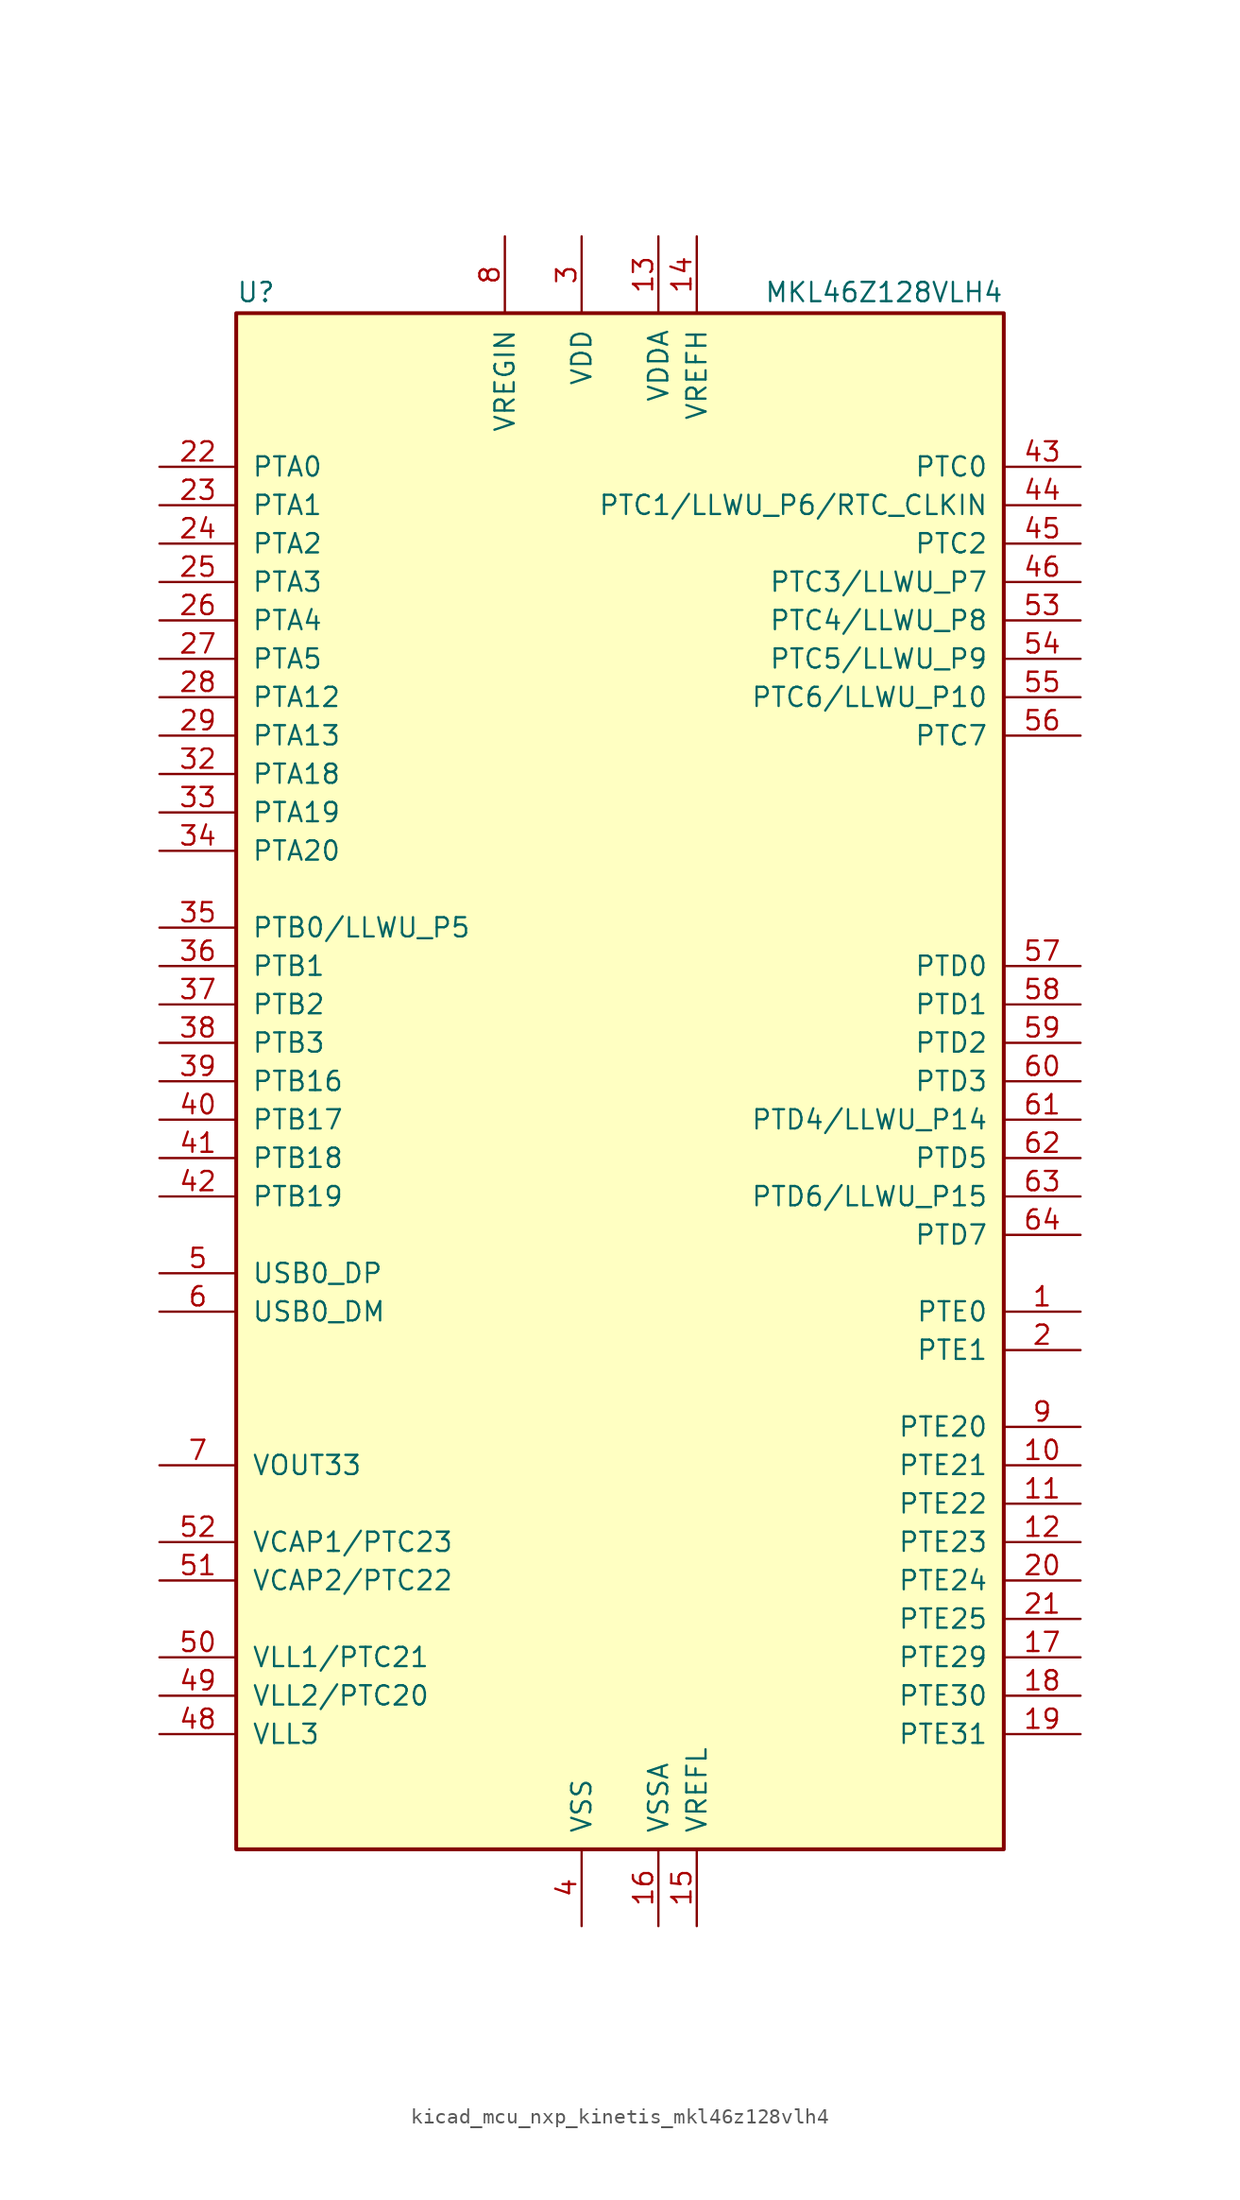
<source format=kicad_sym>
(kicad_symbol_lib
  (version 20220914)
  (generator kicad_symbol_editor)
  (symbol "kicad_mcu_nxp_kinetis_mkl46z128vlh4"
    (pin_names
      (offset 1.016))
    (property "Reference" "U"
      (at -25.4 51.435 0)
      (effects (font (size 1.27 1.27)) (justify left bottom)))
    (property "Value" "MKL46Z128VLH4"
      (at 25.4 51.435 0)
      (effects (font (size 1.27 1.27)) (justify right bottom)))
    (symbol "kicad_mcu_nxp_kinetis_mkl46z128vlh4_0_1"
      (rectangle (start -25.4 50.8) (end 25.4 -50.8) (stroke (width 0.254) (type default)) (fill (type background))))
    (symbol "kicad_mcu_nxp_kinetis_mkl46z128vlh4_1_1"
      (pin bidirectional line (at 30.48 -15.24 180) (length 5.08) (name "PTE0" (effects (font (size 1.27 1.27)))) (number "1" (effects (font (size 1.27 1.27)))))
      (pin bidirectional line (at 30.48 -25.4 180) (length 5.08) (name "PTE21" (effects (font (size 1.27 1.27)))) (number "10" (effects (font (size 1.27 1.27)))))
      (pin bidirectional line (at 30.48 -27.94 180) (length 5.08) (name "PTE22" (effects (font (size 1.27 1.27)))) (number "11" (effects (font (size 1.27 1.27)))))
      (pin bidirectional line (at 30.48 -30.48 180) (length 5.08) (name "PTE23" (effects (font (size 1.27 1.27)))) (number "12" (effects (font (size 1.27 1.27)))))
      (pin power_in line (at 2.54 55.88 270) (length 5.08) (name "VDDA" (effects (font (size 1.27 1.27)))) (number "13" (effects (font (size 1.27 1.27)))))
      (pin power_in line (at 5.08 55.88 270) (length 5.08) (name "VREFH" (effects (font (size 1.27 1.27)))) (number "14" (effects (font (size 1.27 1.27)))))
      (pin power_in line (at 5.08 -55.88 90) (length 5.08) (name "VREFL" (effects (font (size 1.27 1.27)))) (number "15" (effects (font (size 1.27 1.27)))))
      (pin power_in line (at 2.54 -55.88 90) (length 5.08) (name "VSSA" (effects (font (size 1.27 1.27)))) (number "16" (effects (font (size 1.27 1.27)))))
      (pin bidirectional line (at 30.48 -38.1 180) (length 5.08) (name "PTE29" (effects (font (size 1.27 1.27)))) (number "17" (effects (font (size 1.27 1.27)))))
      (pin bidirectional line (at 30.48 -40.64 180) (length 5.08) (name "PTE30" (effects (font (size 1.27 1.27)))) (number "18" (effects (font (size 1.27 1.27)))))
      (pin bidirectional line (at 30.48 -43.18 180) (length 5.08) (name "PTE31" (effects (font (size 1.27 1.27)))) (number "19" (effects (font (size 1.27 1.27)))))
      (pin bidirectional line (at 30.48 -17.78 180) (length 5.08) (name "PTE1" (effects (font (size 1.27 1.27)))) (number "2" (effects (font (size 1.27 1.27)))))
      (pin bidirectional line (at 30.48 -33.02 180) (length 5.08) (name "PTE24" (effects (font (size 1.27 1.27)))) (number "20" (effects (font (size 1.27 1.27)))))
      (pin bidirectional line (at 30.48 -35.56 180) (length 5.08) (name "PTE25" (effects (font (size 1.27 1.27)))) (number "21" (effects (font (size 1.27 1.27)))))
      (pin bidirectional line (at -30.48 40.64 0) (length 5.08) (name "PTA0" (effects (font (size 1.27 1.27)))) (number "22" (effects (font (size 1.27 1.27)))))
      (pin bidirectional line (at -30.48 38.1 0) (length 5.08) (name "PTA1" (effects (font (size 1.27 1.27)))) (number "23" (effects (font (size 1.27 1.27)))))
      (pin bidirectional line (at -30.48 35.56 0) (length 5.08) (name "PTA2" (effects (font (size 1.27 1.27)))) (number "24" (effects (font (size 1.27 1.27)))))
      (pin bidirectional line (at -30.48 33.02 0) (length 5.08) (name "PTA3" (effects (font (size 1.27 1.27)))) (number "25" (effects (font (size 1.27 1.27)))))
      (pin bidirectional line (at -30.48 30.48 0) (length 5.08) (name "PTA4" (effects (font (size 1.27 1.27)))) (number "26" (effects (font (size 1.27 1.27)))))
      (pin bidirectional line (at -30.48 27.94 0) (length 5.08) (name "PTA5" (effects (font (size 1.27 1.27)))) (number "27" (effects (font (size 1.27 1.27)))))
      (pin bidirectional line (at -30.48 25.4 0) (length 5.08) (name "PTA12" (effects (font (size 1.27 1.27)))) (number "28" (effects (font (size 1.27 1.27)))))
      (pin bidirectional line (at -30.48 22.86 0) (length 5.08) (name "PTA13" (effects (font (size 1.27 1.27)))) (number "29" (effects (font (size 1.27 1.27)))))
      (pin power_in line (at -2.54 55.88 270) (length 5.08) (name "VDD" (effects (font (size 1.27 1.27)))) (number "3" (effects (font (size 1.27 1.27)))))
      (pin passive line (at -2.54 55.88 270) (length 5.08) hide (name "VDD" (effects (font (size 1.27 1.27)))) (number "30" (effects (font (size 1.27 1.27)))))
      (pin passive line (at -2.54 -55.88 90) (length 5.08) hide (name "VSS" (effects (font (size 1.27 1.27)))) (number "31" (effects (font (size 1.27 1.27)))))
      (pin bidirectional line (at -30.48 20.32 0) (length 5.08) (name "PTA18" (effects (font (size 1.27 1.27)))) (number "32" (effects (font (size 1.27 1.27)))))
      (pin bidirectional line (at -30.48 17.78 0) (length 5.08) (name "PTA19" (effects (font (size 1.27 1.27)))) (number "33" (effects (font (size 1.27 1.27)))))
      (pin bidirectional line (at -30.48 15.24 0) (length 5.08) (name "PTA20" (effects (font (size 1.27 1.27)))) (number "34" (effects (font (size 1.27 1.27)))))
      (pin bidirectional line (at -30.48 10.16 0) (length 5.08) (name "PTB0/LLWU_P5" (effects (font (size 1.27 1.27)))) (number "35" (effects (font (size 1.27 1.27)))))
      (pin bidirectional line (at -30.48 7.62 0) (length 5.08) (name "PTB1" (effects (font (size 1.27 1.27)))) (number "36" (effects (font (size 1.27 1.27)))))
      (pin bidirectional line (at -30.48 5.08 0) (length 5.08) (name "PTB2" (effects (font (size 1.27 1.27)))) (number "37" (effects (font (size 1.27 1.27)))))
      (pin bidirectional line (at -30.48 2.54 0) (length 5.08) (name "PTB3" (effects (font (size 1.27 1.27)))) (number "38" (effects (font (size 1.27 1.27)))))
      (pin bidirectional line (at -30.48 0 0) (length 5.08) (name "PTB16" (effects (font (size 1.27 1.27)))) (number "39" (effects (font (size 1.27 1.27)))))
      (pin power_in line (at -2.54 -55.88 90) (length 5.08) (name "VSS" (effects (font (size 1.27 1.27)))) (number "4" (effects (font (size 1.27 1.27)))))
      (pin bidirectional line (at -30.48 -2.54 0) (length 5.08) (name "PTB17" (effects (font (size 1.27 1.27)))) (number "40" (effects (font (size 1.27 1.27)))))
      (pin bidirectional line (at -30.48 -5.08 0) (length 5.08) (name "PTB18" (effects (font (size 1.27 1.27)))) (number "41" (effects (font (size 1.27 1.27)))))
      (pin bidirectional line (at -30.48 -7.62 0) (length 5.08) (name "PTB19" (effects (font (size 1.27 1.27)))) (number "42" (effects (font (size 1.27 1.27)))))
      (pin bidirectional line (at 30.48 40.64 180) (length 5.08) (name "PTC0" (effects (font (size 1.27 1.27)))) (number "43" (effects (font (size 1.27 1.27)))))
      (pin bidirectional line (at 30.48 38.1 180) (length 5.08) (name "PTC1/LLWU_P6/RTC_CLKIN" (effects (font (size 1.27 1.27)))) (number "44" (effects (font (size 1.27 1.27)))))
      (pin bidirectional line (at 30.48 35.56 180) (length 5.08) (name "PTC2" (effects (font (size 1.27 1.27)))) (number "45" (effects (font (size 1.27 1.27)))))
      (pin bidirectional line (at 30.48 33.02 180) (length 5.08) (name "PTC3/LLWU_P7" (effects (font (size 1.27 1.27)))) (number "46" (effects (font (size 1.27 1.27)))))
      (pin passive line (at -2.54 -55.88 90) (length 5.08) hide (name "VSS" (effects (font (size 1.27 1.27)))) (number "47" (effects (font (size 1.27 1.27)))))
      (pin power_out line (at -30.48 -43.18 0) (length 5.08) (name "VLL3" (effects (font (size 1.27 1.27)))) (number "48" (effects (font (size 1.27 1.27)))))
      (pin power_out line (at -30.48 -40.64 0) (length 5.08) (name "VLL2/PTC20" (effects (font (size 1.27 1.27)))) (number "49" (effects (font (size 1.27 1.27)))))
      (pin bidirectional line (at -30.48 -12.7 0) (length 5.08) (name "USB0_DP" (effects (font (size 1.27 1.27)))) (number "5" (effects (font (size 1.27 1.27)))))
      (pin power_out line (at -30.48 -38.1 0) (length 5.08) (name "VLL1/PTC21" (effects (font (size 1.27 1.27)))) (number "50" (effects (font (size 1.27 1.27)))))
      (pin passive line (at -30.48 -33.02 0) (length 5.08) (name "VCAP2/PTC22" (effects (font (size 1.27 1.27)))) (number "51" (effects (font (size 1.27 1.27)))))
      (pin passive line (at -30.48 -30.48 0) (length 5.08) (name "VCAP1/PTC23" (effects (font (size 1.27 1.27)))) (number "52" (effects (font (size 1.27 1.27)))))
      (pin bidirectional line (at 30.48 30.48 180) (length 5.08) (name "PTC4/LLWU_P8" (effects (font (size 1.27 1.27)))) (number "53" (effects (font (size 1.27 1.27)))))
      (pin bidirectional line (at 30.48 27.94 180) (length 5.08) (name "PTC5/LLWU_P9" (effects (font (size 1.27 1.27)))) (number "54" (effects (font (size 1.27 1.27)))))
      (pin bidirectional line (at 30.48 25.4 180) (length 5.08) (name "PTC6/LLWU_P10" (effects (font (size 1.27 1.27)))) (number "55" (effects (font (size 1.27 1.27)))))
      (pin bidirectional line (at 30.48 22.86 180) (length 5.08) (name "PTC7" (effects (font (size 1.27 1.27)))) (number "56" (effects (font (size 1.27 1.27)))))
      (pin bidirectional line (at 30.48 7.62 180) (length 5.08) (name "PTD0" (effects (font (size 1.27 1.27)))) (number "57" (effects (font (size 1.27 1.27)))))
      (pin bidirectional line (at 30.48 5.08 180) (length 5.08) (name "PTD1" (effects (font (size 1.27 1.27)))) (number "58" (effects (font (size 1.27 1.27)))))
      (pin bidirectional line (at 30.48 2.54 180) (length 5.08) (name "PTD2" (effects (font (size 1.27 1.27)))) (number "59" (effects (font (size 1.27 1.27)))))
      (pin bidirectional line (at -30.48 -15.24 0) (length 5.08) (name "USB0_DM" (effects (font (size 1.27 1.27)))) (number "6" (effects (font (size 1.27 1.27)))))
      (pin bidirectional line (at 30.48 0 180) (length 5.08) (name "PTD3" (effects (font (size 1.27 1.27)))) (number "60" (effects (font (size 1.27 1.27)))))
      (pin bidirectional line (at 30.48 -2.54 180) (length 5.08) (name "PTD4/LLWU_P14" (effects (font (size 1.27 1.27)))) (number "61" (effects (font (size 1.27 1.27)))))
      (pin bidirectional line (at 30.48 -5.08 180) (length 5.08) (name "PTD5" (effects (font (size 1.27 1.27)))) (number "62" (effects (font (size 1.27 1.27)))))
      (pin bidirectional line (at 30.48 -7.62 180) (length 5.08) (name "PTD6/LLWU_P15" (effects (font (size 1.27 1.27)))) (number "63" (effects (font (size 1.27 1.27)))))
      (pin bidirectional line (at 30.48 -10.16 180) (length 5.08) (name "PTD7" (effects (font (size 1.27 1.27)))) (number "64" (effects (font (size 1.27 1.27)))))
      (pin power_out line (at -30.48 -25.4 0) (length 5.08) (name "VOUT33" (effects (font (size 1.27 1.27)))) (number "7" (effects (font (size 1.27 1.27)))))
      (pin power_in line (at -7.62 55.88 270) (length 5.08) (name "VREGIN" (effects (font (size 1.27 1.27)))) (number "8" (effects (font (size 1.27 1.27)))))
      (pin bidirectional line (at 30.48 -22.86 180) (length 5.08) (name "PTE20" (effects (font (size 1.27 1.27)))) (number "9" (effects (font (size 1.27 1.27))))))))
</source>
